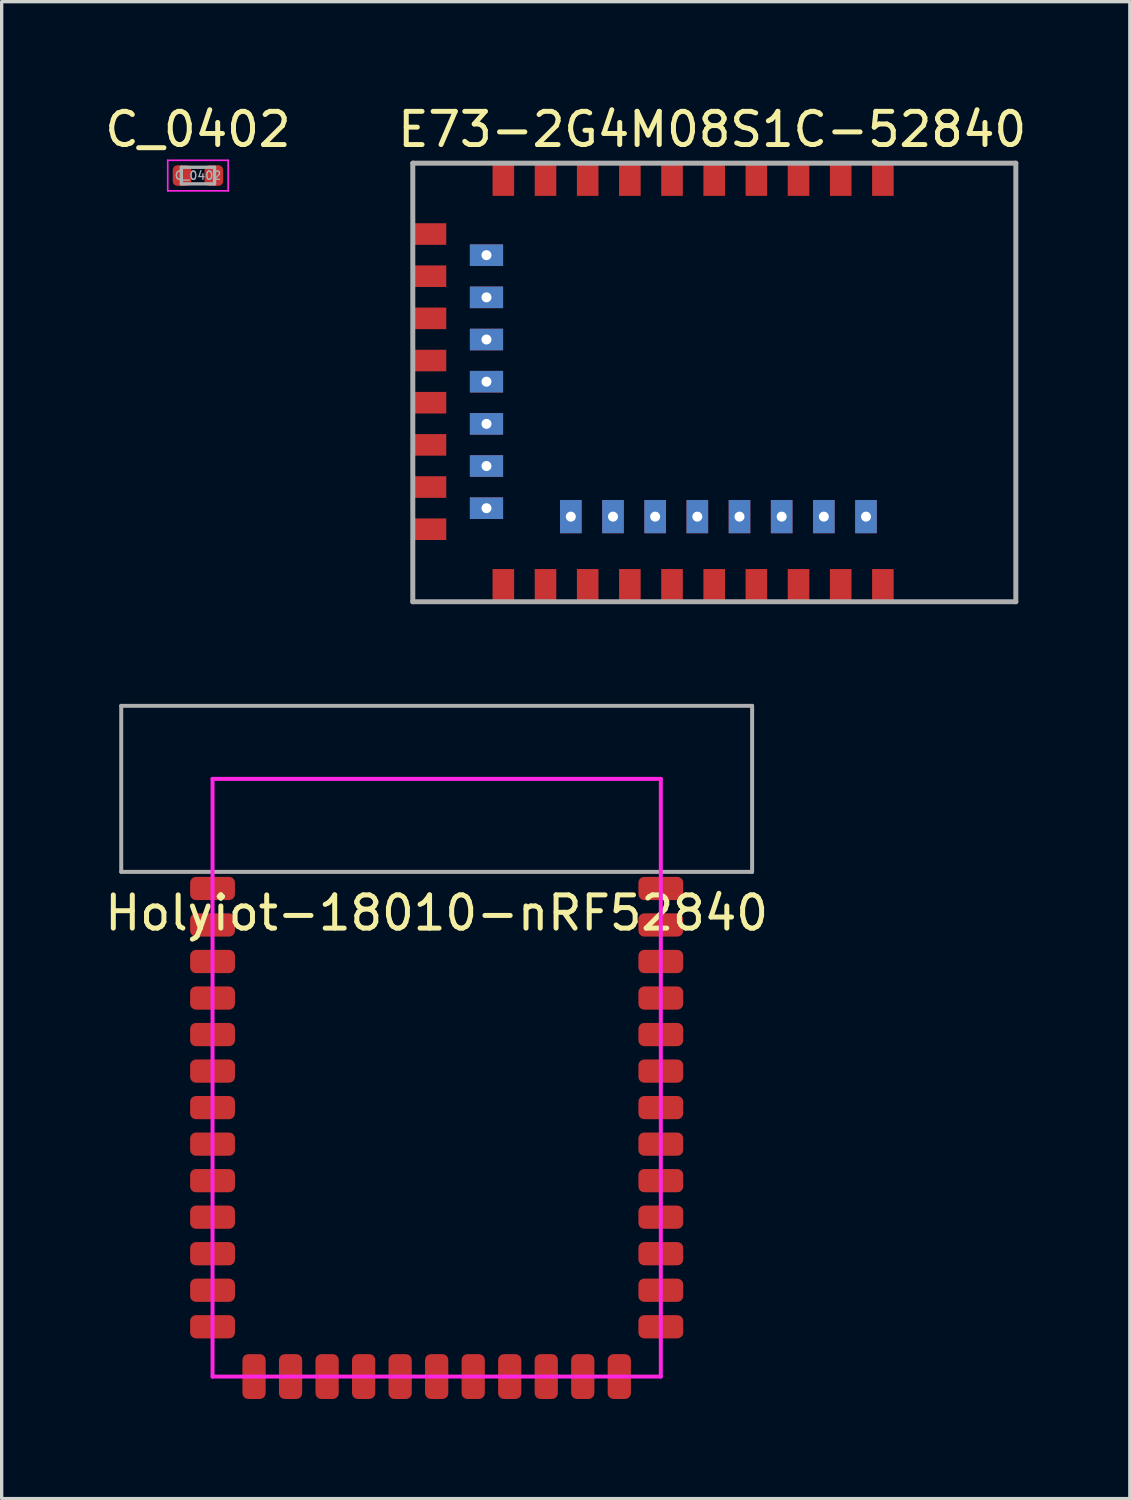
<source format=kicad_pcb>
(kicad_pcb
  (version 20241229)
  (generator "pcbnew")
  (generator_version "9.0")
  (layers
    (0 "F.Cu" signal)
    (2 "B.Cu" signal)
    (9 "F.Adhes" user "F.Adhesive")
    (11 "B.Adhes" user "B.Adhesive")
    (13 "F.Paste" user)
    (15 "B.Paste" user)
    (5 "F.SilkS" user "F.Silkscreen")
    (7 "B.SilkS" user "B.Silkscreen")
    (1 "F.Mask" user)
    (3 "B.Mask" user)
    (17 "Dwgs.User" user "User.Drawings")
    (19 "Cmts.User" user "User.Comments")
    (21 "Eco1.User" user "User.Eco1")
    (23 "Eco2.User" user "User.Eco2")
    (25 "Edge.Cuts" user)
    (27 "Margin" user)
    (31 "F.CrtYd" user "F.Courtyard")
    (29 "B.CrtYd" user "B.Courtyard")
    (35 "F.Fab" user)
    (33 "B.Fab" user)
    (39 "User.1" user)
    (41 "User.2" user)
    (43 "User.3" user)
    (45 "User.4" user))
  (footprint "Holyiot-18010-nRF52840"
    (layer "F.Cu")
    (at 10.101 29.407)
    (property "Reference" "Holyiot-18010-nRF52840" (at 0 -4.961 0) (layer "F.SilkS") (effects (font (size 1 1) (thickness 0.15))))
    (attr through_hole)
    (fp_line (start -6.75 -9) (end 6.75 -9) (stroke (width 0.12) (type solid)) (layer "F.CrtYd"))
    (fp_line (start -6.75 9) (end -6.75 -9) (stroke (width 0.12) (type solid)) (layer "F.CrtYd"))
    (fp_line (start 6.75 -9) (end 6.75 9) (stroke (width 0.12) (type solid)) (layer "F.CrtYd"))
    (fp_line (start 6.75 9) (end -6.75 9) (stroke (width 0.12) (type solid)) (layer "F.CrtYd"))
    (fp_line (start -9.5 -11.2) (end 9.5 -11.2) (stroke (width 0.12) (type solid)) (layer "F.Fab"))
    (fp_line (start -9.5 -6.2) (end -9.5 -11.2) (stroke (width 0.12) (type solid)) (layer "F.Fab"))
    (fp_line (start 9.5 -11.2) (end 9.5 -6.2) (stroke (width 0.12) (type solid)) (layer "F.Fab"))
    (fp_line (start 9.5 -6.2) (end -9.5 -6.2) (stroke (width 0.12) (type solid)) (layer "F.Fab"))
    (pad "1" smd roundrect (at -6.75 -5.7) (size 1.35 0.7) (layers "F.Cu" "F.Mask" "F.Paste") (roundrect_rratio 0.25))
    (pad "2" smd roundrect (at -6.75 -4.6) (size 1.35 0.7) (layers "F.Cu" "F.Mask" "F.Paste") (roundrect_rratio 0.25))
    (pad "3" smd roundrect (at -6.75 -3.5) (size 1.35 0.7) (layers "F.Cu" "F.Mask" "F.Paste") (roundrect_rratio 0.25))
    (pad "4" smd roundrect (at -6.75 -2.4) (size 1.35 0.7) (layers "F.Cu" "F.Mask" "F.Paste") (roundrect_rratio 0.25))
    (pad "5" smd roundrect (at -6.75 -1.3) (size 1.35 0.7) (layers "F.Cu" "F.Mask" "F.Paste") (roundrect_rratio 0.25))
    (pad "6" smd roundrect (at -6.75 -0.2) (size 1.35 0.7) (layers "F.Cu" "F.Mask" "F.Paste") (roundrect_rratio 0.25))
    (pad "7" smd roundrect (at -6.75 0.9) (size 1.35 0.7) (layers "F.Cu" "F.Mask" "F.Paste") (roundrect_rratio 0.25))
    (pad "8" smd roundrect (at -6.75 2) (size 1.35 0.7) (layers "F.Cu" "F.Mask" "F.Paste") (roundrect_rratio 0.25))
    (pad "9" smd roundrect (at -6.75 3.1) (size 1.35 0.7) (layers "F.Cu" "F.Mask" "F.Paste") (roundrect_rratio 0.25))
    (pad "10" smd roundrect (at -6.75 4.2) (size 1.35 0.7) (layers "F.Cu" "F.Mask" "F.Paste") (roundrect_rratio 0.25))
    (pad "11" smd roundrect (at -6.75 5.3) (size 1.35 0.7) (layers "F.Cu" "F.Mask" "F.Paste") (roundrect_rratio 0.25))
    (pad "12" smd roundrect (at -6.75 6.4) (size 1.35 0.7) (layers "F.Cu" "F.Mask" "F.Paste") (roundrect_rratio 0.25))
    (pad "13" smd roundrect (at -6.75 7.5) (size 1.35 0.7) (layers "F.Cu" "F.Mask" "F.Paste") (roundrect_rratio 0.25))
    (pad "14" smd roundrect (at -5.5 9 90) (size 1.35 0.7) (layers "F.Cu" "F.Mask" "F.Paste") (roundrect_rratio 0.25))
    (pad "15" smd roundrect (at -4.4 9 90) (size 1.35 0.7) (layers "F.Cu" "F.Mask" "F.Paste") (roundrect_rratio 0.25))
    (pad "16" smd roundrect (at -3.3 9 90) (size 1.35 0.7) (layers "F.Cu" "F.Mask" "F.Paste") (roundrect_rratio 0.25))
    (pad "17" smd roundrect (at -2.2 9 90) (size 1.35 0.7) (layers "F.Cu" "F.Mask" "F.Paste") (roundrect_rratio 0.25))
    (pad "18" smd roundrect (at -1.1 9 90) (size 1.35 0.7) (layers "F.Cu" "F.Mask" "F.Paste") (roundrect_rratio 0.25))
    (pad "19" smd roundrect (at 0 9 90) (size 1.35 0.7) (layers "F.Cu" "F.Mask" "F.Paste") (roundrect_rratio 0.25))
    (pad "20" smd roundrect (at 1.1 9 90) (size 1.35 0.7) (layers "F.Cu" "F.Mask" "F.Paste") (roundrect_rratio 0.25))
    (pad "21" smd roundrect (at 2.2 9 90) (size 1.35 0.7) (layers "F.Cu" "F.Mask" "F.Paste") (roundrect_rratio 0.25))
    (pad "22" smd roundrect (at 3.3 9 90) (size 1.35 0.7) (layers "F.Cu" "F.Mask" "F.Paste") (roundrect_rratio 0.25))
    (pad "23" smd roundrect (at 4.4 9 90) (size 1.35 0.7) (layers "F.Cu" "F.Mask" "F.Paste") (roundrect_rratio 0.25))
    (pad "24" smd roundrect (at 5.5 9 90) (size 1.35 0.7) (layers "F.Cu" "F.Mask" "F.Paste") (roundrect_rratio 0.25))
    (pad "25" smd roundrect (at 6.75 7.5 180) (size 1.35 0.7) (layers "F.Cu" "F.Mask" "F.Paste") (roundrect_rratio 0.25))
    (pad "26" smd roundrect (at 6.75 6.4 180) (size 1.35 0.7) (layers "F.Cu" "F.Mask" "F.Paste") (roundrect_rratio 0.25))
    (pad "27" smd roundrect (at 6.75 5.3 180) (size 1.35 0.7) (layers "F.Cu" "F.Mask" "F.Paste") (roundrect_rratio 0.25))
    (pad "28" smd roundrect (at 6.75 4.2 180) (size 1.35 0.7) (layers "F.Cu" "F.Mask" "F.Paste") (roundrect_rratio 0.25))
    (pad "29" smd roundrect (at 6.75 3.1 180) (size 1.35 0.7) (layers "F.Cu" "F.Mask" "F.Paste") (roundrect_rratio 0.25))
    (pad "30" smd roundrect (at 6.75 2 180) (size 1.35 0.7) (layers "F.Cu" "F.Mask" "F.Paste") (roundrect_rratio 0.25))
    (pad "31" smd roundrect (at 6.75 0.9 180) (size 1.35 0.7) (layers "F.Cu" "F.Mask" "F.Paste") (roundrect_rratio 0.25))
    (pad "32" smd roundrect (at 6.75 -0.2 180) (size 1.35 0.7) (layers "F.Cu" "F.Mask" "F.Paste") (roundrect_rratio 0.25))
    (pad "33" smd roundrect (at 6.75 -1.3 180) (size 1.35 0.7) (layers "F.Cu" "F.Mask" "F.Paste") (roundrect_rratio 0.25))
    (pad "34" smd roundrect (at 6.75 -2.4 180) (size 1.35 0.7) (layers "F.Cu" "F.Mask" "F.Paste") (roundrect_rratio 0.25))
    (pad "35" smd roundrect (at 6.75 -3.5 180) (size 1.35 0.7) (layers "F.Cu" "F.Mask" "F.Paste") (roundrect_rratio 0.25))
    (pad "36" smd roundrect (at 6.75 -4.6 180) (size 1.35 0.7) (layers "F.Cu" "F.Mask" "F.Paste") (roundrect_rratio 0.25))
    (pad "37" smd roundrect (at 6.75 -5.7 180) (size 1.35 0.7) (layers "F.Cu" "F.Mask" "F.Paste") (roundrect_rratio 0.25)))
  (footprint "E73-2G4M08S1C-52840"
    (layer "F.Cu")
    (at 18.399 8.468)
    (property "Reference" "E73-2G4M08S1C-52840" (at 0 -7.62 0) (layer "F.SilkS") (effects (font (size 1 1) (thickness 0.15))))
    (attr through_hole)
    (fp_line (start -9.017 -6.604) (end -9.017 6.604) (stroke (width 0.15) (type solid)) (layer "F.Fab"))
    (fp_line (start -9.017 6.604) (end 9.144 6.604) (stroke (width 0.15) (type solid)) (layer "F.Fab"))
    (fp_line (start 9.144 -6.604) (end -9.017 -6.604) (stroke (width 0.15) (type solid)) (layer "F.Fab"))
    (fp_line (start 9.144 6.604) (end 9.144 -6.604) (stroke (width 0.15) (type solid)) (layer "F.Fab"))
    (pad "1" smd rect (at 5.14 -6.119) (size 0.65 1) (layers "F.Cu" "F.Mask" "F.Paste"))
    (pad "2" smd rect (at 3.87 -6.119) (size 0.65 1) (layers "F.Cu" "F.Mask" "F.Paste"))
    (pad "3" smd rect (at 2.6 -6.119) (size 0.65 1) (layers "F.Cu" "F.Mask" "F.Paste"))
    (pad "4" smd rect (at 1.33 -6.119) (size 0.65 1) (layers "F.Cu" "F.Mask" "F.Paste"))
    (pad "5" smd rect (at 0.06 -6.119) (size 0.65 1) (layers "F.Cu" "F.Mask" "F.Paste"))
    (pad "6" smd rect (at -1.21 -6.119) (size 0.65 1) (layers "F.Cu" "F.Mask" "F.Paste"))
    (pad "7" smd rect (at -2.48 -6.119) (size 0.65 1) (layers "F.Cu" "F.Mask" "F.Paste"))
    (pad "8" smd rect (at -3.75 -6.119) (size 0.65 1) (layers "F.Cu" "F.Mask" "F.Paste"))
    (pad "9" smd rect (at -5.02 -6.119) (size 0.65 1) (layers "F.Cu" "F.Mask" "F.Paste"))
    (pad "10" smd rect (at -6.29 -6.119) (size 0.65 1) (layers "F.Cu" "F.Mask" "F.Paste"))
    (pad "11" smd rect (at -8.509 -4.47 90) (size 0.65 1) (layers "F.Cu" "F.Mask" "F.Paste"))
    (pad "12" thru_hole rect (at -6.798 -3.833 90) (size 0.65 1) (drill 0.3) (layers "*.Cu" "*.Mask"))
    (pad "13" smd rect (at -8.509 -3.2 90) (size 0.65 1) (layers "F.Cu" "F.Mask" "F.Paste"))
    (pad "14" thru_hole rect (at -6.798 -2.563 90) (size 0.65 1) (drill 0.3) (layers "*.Cu" "*.Mask"))
    (pad "15" smd rect (at -8.509 -1.93 90) (size 0.65 1) (layers "F.Cu" "F.Mask" "F.Paste"))
    (pad "16" thru_hole rect (at -6.798 -1.293 90) (size 0.65 1) (drill 0.3) (layers "*.Cu" "*.Mask"))
    (pad "17" smd rect (at -8.509 -0.66 90) (size 0.65 1) (layers "F.Cu" "F.Mask" "F.Paste"))
    (pad "18" thru_hole rect (at -6.798 -0.023 90) (size 0.65 1) (drill 0.3) (layers "*.Cu" "*.Mask"))
    (pad "19" smd rect (at -8.509 0.61 90) (size 0.65 1) (layers "F.Cu" "F.Mask" "F.Paste"))
    (pad "20" thru_hole rect (at -6.798 1.247 90) (size 0.65 1) (drill 0.3) (layers "*.Cu" "*.Mask"))
    (pad "21" smd rect (at -8.509 1.88 90) (size 0.65 1) (layers "F.Cu" "F.Mask" "F.Paste"))
    (pad "22" thru_hole rect (at -6.798 2.517 90) (size 0.65 1) (drill 0.3) (layers "*.Cu" "*.Mask"))
    (pad "23" smd rect (at -8.509 3.15 90) (size 0.65 1) (layers "F.Cu" "F.Mask" "F.Paste"))
    (pad "24" thru_hole rect (at -6.798 3.787 90) (size 0.65 1) (drill 0.3) (layers "*.Cu" "*.Mask"))
    (pad "25" smd rect (at -8.509 4.42 90) (size 0.65 1) (layers "F.Cu" "F.Mask" "F.Paste"))
    (pad "26" smd rect (at -6.29 6.119) (size 0.65 1) (layers "F.Cu" "F.Mask" "F.Paste"))
    (pad "27" smd rect (at -5.02 6.119) (size 0.65 1) (layers "F.Cu" "F.Mask" "F.Paste"))
    (pad "28" thru_hole rect (at -4.258 4.041) (size 0.65 1) (drill 0.3) (layers "*.Cu" "*.Mask"))
    (pad "29" smd rect (at -3.75 6.119) (size 0.65 1) (layers "F.Cu" "F.Mask" "F.Paste"))
    (pad "30" thru_hole rect (at -2.988 4.041) (size 0.65 1) (drill 0.3) (layers "*.Cu" "*.Mask"))
    (pad "31" smd rect (at -2.48 6.119) (size 0.65 1) (layers "F.Cu" "F.Mask" "F.Paste"))
    (pad "32" thru_hole rect (at -1.718 4.041) (size 0.65 1) (drill 0.3) (layers "*.Cu" "*.Mask"))
    (pad "33" smd rect (at -1.21 6.119) (size 0.65 1) (layers "F.Cu" "F.Mask" "F.Paste"))
    (pad "34" thru_hole rect (at -0.448 4.041) (size 0.65 1) (drill 0.3) (layers "*.Cu" "*.Mask"))
    (pad "35" smd rect (at 0.06 6.119) (size 0.65 1) (layers "F.Cu" "F.Mask" "F.Paste"))
    (pad "36" thru_hole rect (at 0.822 4.041) (size 0.65 1) (drill 0.3) (layers "*.Cu" "*.Mask"))
    (pad "37" smd rect (at 1.33 6.119) (size 0.65 1) (layers "F.Cu" "F.Mask" "F.Paste"))
    (pad "38" thru_hole rect (at 2.092 4.041) (size 0.65 1) (drill 0.3) (layers "*.Cu" "*.Mask"))
    (pad "39" smd rect (at 2.6 6.119) (size 0.65 1) (layers "F.Cu" "F.Mask" "F.Paste"))
    (pad "40" thru_hole rect (at 3.362 4.041) (size 0.65 1) (drill 0.3) (layers "*.Cu" "*.Mask"))
    (pad "41" smd rect (at 3.87 6.119) (size 0.65 1) (layers "F.Cu" "F.Mask" "F.Paste"))
    (pad "42" thru_hole rect (at 4.632 4.041) (size 0.65 1) (drill 0.3) (layers "*.Cu" "*.Mask"))
    (pad "43" smd rect (at 5.14 6.119) (size 0.65 1) (layers "F.Cu" "F.Mask" "F.Paste")))
  (footprint "C_0402"
    (layer "F.Cu")
    (at 2.911 2.237)
    (property "Reference" "C_0402" (at 0 -1.389 0) (layer "F.SilkS") (effects (font (size 1 1) (thickness 0.15))))
    (fp_line (start -0.91 -0.46) (end 0.91 -0.46) (stroke (width 0.05) (type solid)) (layer "F.CrtYd"))
    (fp_line (start -0.91 0.46) (end -0.91 -0.46) (stroke (width 0.05) (type solid)) (layer "F.CrtYd"))
    (fp_line (start 0.91 -0.46) (end 0.91 0.46) (stroke (width 0.05) (type solid)) (layer "F.CrtYd"))
    (fp_line (start 0.91 0.46) (end -0.91 0.46) (stroke (width 0.05) (type solid)) (layer "F.CrtYd"))
    (fp_line (start -0.5 -0.25) (end 0.5 -0.25) (stroke (width 0.1) (type solid)) (layer "F.Fab"))
    (fp_line (start -0.5 0.25) (end -0.5 -0.25) (stroke (width 0.1) (type solid)) (layer "F.Fab"))
    (fp_line (start 0.5 -0.25) (end 0.5 0.25) (stroke (width 0.1) (type solid)) (layer "F.Fab"))
    (fp_line (start 0.5 0.25) (end -0.5 0.25) (stroke (width 0.1) (type solid)) (layer "F.Fab"))
    (fp_text user "${REFERENCE}" (at 0 0 0) (layer "F.Fab") (effects (font (size 0.25 0.25) (thickness 0.04))))
    (pad "1" smd roundrect (at -0.48 0) (size 0.56 0.62) (layers "F.Cu" "F.Mask" "F.Paste") (roundrect_rratio 0.25))
    (pad "2" smd roundrect (at 0.48 0) (size 0.56 0.62) (layers "F.Cu" "F.Mask" "F.Paste") (roundrect_rratio 0.25)))
  (gr_rect
    (start -3 -3)
    (end 30.976 42.082)
    (stroke (width 0.1) (type default))
    (fill no)
    (layer "Edge.Cuts")))
</source>
